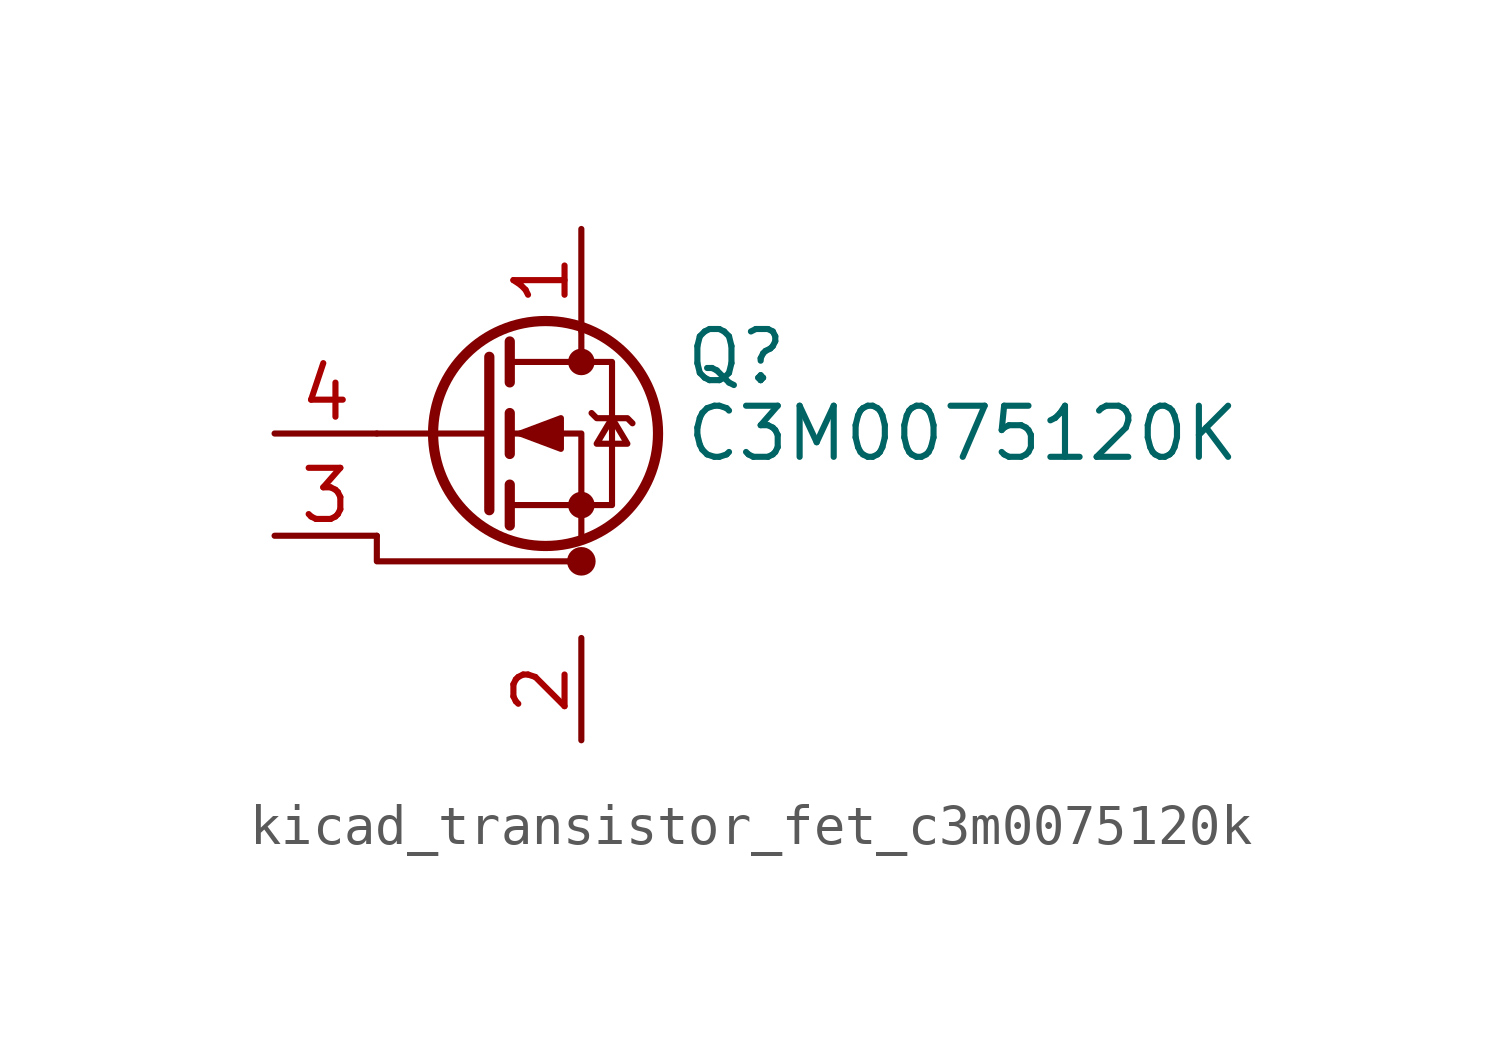
<source format=kicad_sym>
(kicad_symbol_lib
  (version 20220914)
  (generator kicad_symbol_editor)
  (symbol "kicad_transistor_fet_c3m0075120k"
    (pin_names hide)
    (property "Reference" "Q"
      (at 5.08 1.905 0)
      (effects (font (size 1.27 1.27)) (justify left)))
    (property "Value" "C3M0075120K"
      (at 5.08 0 0)
      (effects (font (size 1.27 1.27)) (justify left)))
    (symbol "kicad_transistor_fet_c3m0075120k_0_1"
      (polyline (pts (xy 0.254 0) (xy -2.54 0)) (stroke (width 0) (type default)) (fill (type none)))
      (polyline (pts (xy 0.254 1.905) (xy 0.254 -1.905)) (stroke (width 0.254) (type default)) (fill (type none)))
      (polyline (pts (xy 0.762 -1.27) (xy 0.762 -2.286)) (stroke (width 0.254) (type default)) (fill (type none)))
      (polyline (pts (xy 0.762 0.508) (xy 0.762 -0.508)) (stroke (width 0.254) (type default)) (fill (type none)))
      (polyline (pts (xy 0.762 2.286) (xy 0.762 1.27)) (stroke (width 0.254) (type default)) (fill (type none)))
      (polyline (pts (xy 2.54 2.54) (xy 2.54 1.778)) (stroke (width 0) (type default)) (fill (type none)))
      (polyline (pts (xy -2.54 -2.54) (xy -2.54 -3.175) (xy 2.54 -3.175)) (stroke (width 0) (type default)) (fill (type none)))
      (polyline (pts (xy 2.54 -2.54) (xy 2.54 0) (xy 0.762 0)) (stroke (width 0) (type default)) (fill (type none)))
      (polyline (pts (xy 0.762 -1.778) (xy 3.302 -1.778) (xy 3.302 1.778) (xy 0.762 1.778)) (stroke (width 0) (type default)) (fill (type none)))
      (polyline (pts (xy 1.016 0) (xy 2.032 0.381) (xy 2.032 -0.381) (xy 1.016 0)) (stroke (width 0) (type default)) (fill (type outline)))
      (polyline (pts (xy 2.794 0.508) (xy 2.921 0.381) (xy 3.683 0.381) (xy 3.81 0.254)) (stroke (width 0) (type default)) (fill (type none)))
      (polyline (pts (xy 3.302 0.381) (xy 2.921 -0.254) (xy 3.683 -0.254) (xy 3.302 0.381)) (stroke (width 0) (type default)) (fill (type none)))
      (circle (center 1.651 0) (radius 2.794) (stroke (width 0.254) (type default)) (fill (type none)))
      (circle (center 2.54 -3.175) (radius 0.279) (stroke (width 0) (type default)) (fill (type outline)))
      (circle (center 2.54 -1.778) (radius 0.254) (stroke (width 0) (type default)) (fill (type outline)))
      (circle (center 2.54 1.778) (radius 0.254) (stroke (width 0) (type default)) (fill (type outline))))
    (symbol "kicad_transistor_fet_c3m0075120k_1_1"
      (pin passive line (at 2.54 5.08 270) (length 2.54) (name "D" (effects (font (size 1.27 1.27)))) (number "1" (effects (font (size 1.27 1.27)))))
      (pin passive line (at 2.54 -5.08 270) (length 2.54) (name "S" (effects (font (size 1.27 1.27)))) (number "2" (effects (font (size 1.27 1.27)))))
      (pin passive line (at -5.08 -2.54 0) (length 2.54) (name "DS" (effects (font (size 1.27 1.27)))) (number "3" (effects (font (size 1.27 1.27)))))
      (pin input line (at -5.08 0 0) (length 2.54) (name "G" (effects (font (size 1.27 1.27)))) (number "4" (effects (font (size 1.27 1.27))))))))
</source>
